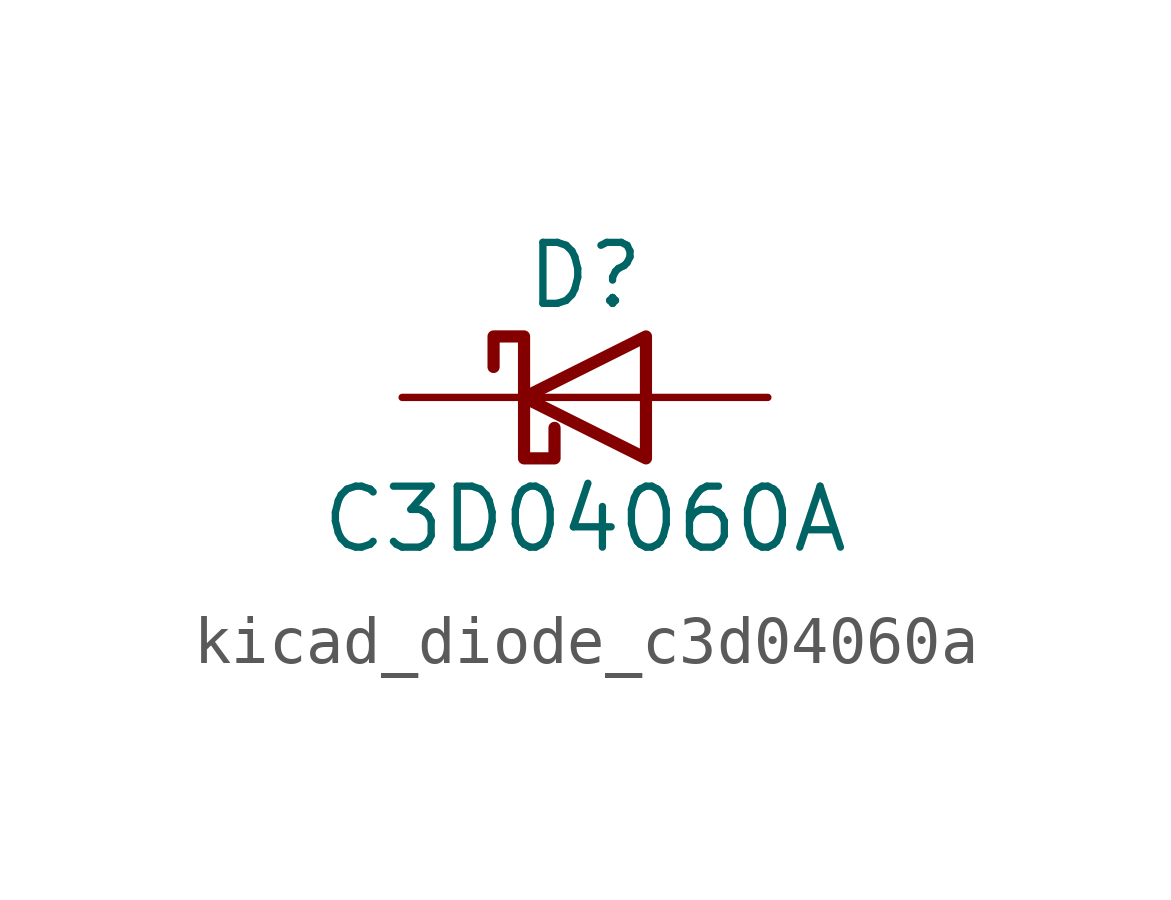
<source format=kicad_sym>
(kicad_symbol_lib
  (version 20220914)
  (generator kicad_symbol_editor)
  (symbol "kicad_diode_c3d04060a"
    (pin_numbers hide)
    (pin_names
      (offset 1.016) hide)
    (property "Reference" "D"
      (at 0 2.54 0)
      (effects (font (size 1.27 1.27))))
    (property "Value" "C3D04060A"
      (at 0 -2.54 0)
      (effects (font (size 1.27 1.27))))
    (symbol "kicad_diode_c3d04060a_0_1"
      (polyline (pts (xy 1.27 0) (xy -1.27 0)) (stroke (width 0) (type default)) (fill (type none)))
      (polyline (pts (xy 1.27 1.27) (xy 1.27 -1.27) (xy -1.27 0) (xy 1.27 1.27)) (stroke (width 0.254) (type default)) (fill (type none)))
      (polyline (pts (xy -1.905 0.635) (xy -1.905 1.27) (xy -1.27 1.27) (xy -1.27 -1.27) (xy -0.635 -1.27) (xy -0.635 -0.635)) (stroke (width 0.254) (type default)) (fill (type none))))
    (symbol "kicad_diode_c3d04060a_1_1"
      (pin passive line (at -3.81 0 0) (length 2.54) (name "K" (effects (font (size 1.27 1.27)))) (number "1" (effects (font (size 1.27 1.27)))))
      (pin passive line (at 3.81 0 180) (length 2.54) (name "A" (effects (font (size 1.27 1.27)))) (number "2" (effects (font (size 1.27 1.27))))))))
</source>
